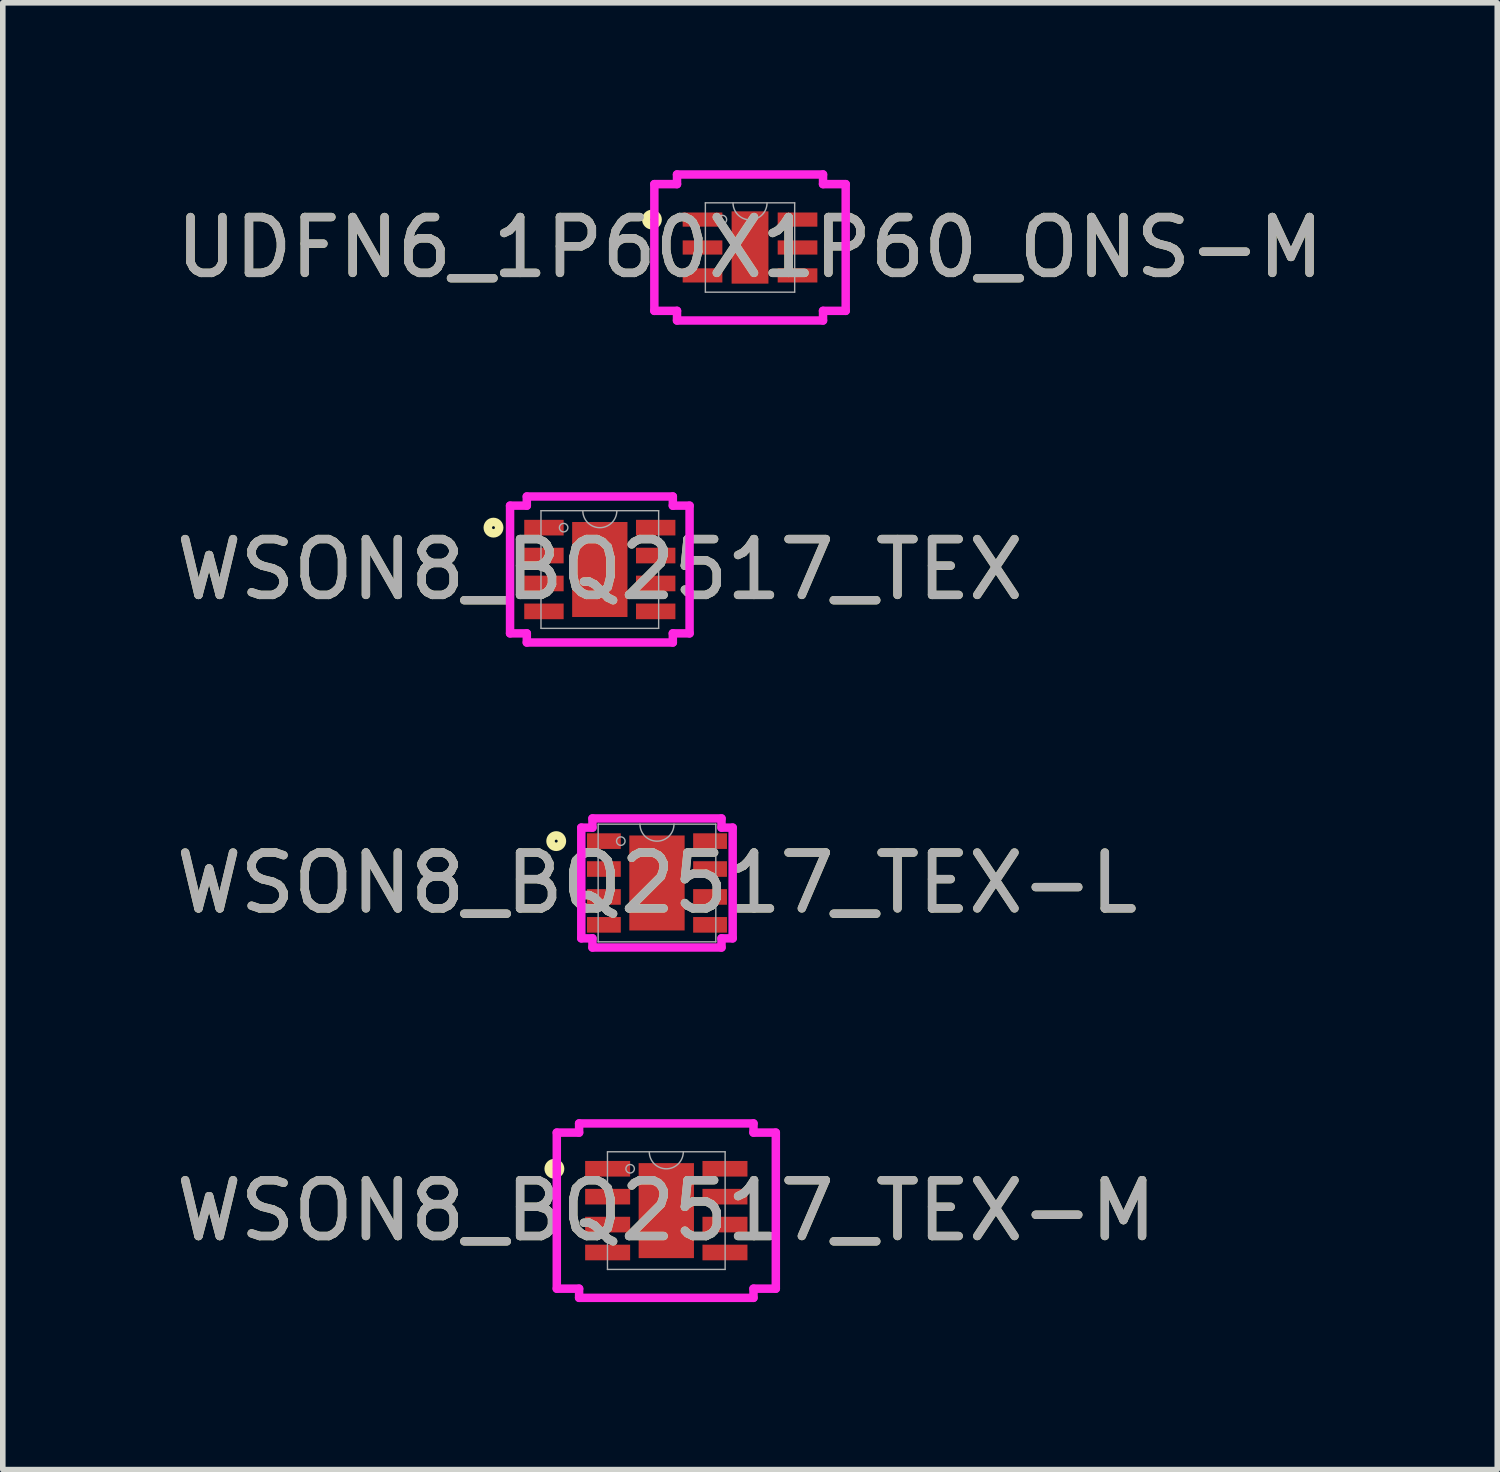
<source format=kicad_pcb>
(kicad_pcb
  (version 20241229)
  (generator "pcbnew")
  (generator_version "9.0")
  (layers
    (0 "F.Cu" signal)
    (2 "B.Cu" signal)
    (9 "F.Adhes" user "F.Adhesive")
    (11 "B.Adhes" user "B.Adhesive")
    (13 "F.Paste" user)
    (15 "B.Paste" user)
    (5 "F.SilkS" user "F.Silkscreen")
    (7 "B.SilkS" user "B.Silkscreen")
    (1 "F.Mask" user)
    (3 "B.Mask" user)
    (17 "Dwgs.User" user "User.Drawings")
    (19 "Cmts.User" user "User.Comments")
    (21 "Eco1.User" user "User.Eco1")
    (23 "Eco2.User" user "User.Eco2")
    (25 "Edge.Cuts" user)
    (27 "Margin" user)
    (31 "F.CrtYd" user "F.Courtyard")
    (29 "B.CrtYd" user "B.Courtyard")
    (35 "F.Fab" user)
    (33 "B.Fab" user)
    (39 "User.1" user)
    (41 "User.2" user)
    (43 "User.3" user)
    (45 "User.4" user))
  (footprint "UDFN6_1P60X1P60_ONS-M"
    (layer "F.Cu")
    (at 10.387 1.384)
    (property "Reference" "UDFN6_1P60X1P60_ONS-M" (at 0 0 0) (unlocked yes) (layer "F.SilkS") (effects (font (size 1 1) (thickness 0.15))))
    (attr smd)
    (fp_circle (center -1.757 -0.5) (end -1.656 -0.5) (stroke (width 0.152) (type solid)) (fill no) (layer "F.SilkS"))
    (fp_line (start -1.714 -1.135) (end -1.308 -1.135) (stroke (width 0.152) (type solid)) (layer "F.CrtYd"))
    (fp_line (start -1.714 1.135) (end -1.714 -1.135) (stroke (width 0.152) (type solid)) (layer "F.CrtYd"))
    (fp_line (start -1.714 1.135) (end -1.308 1.135) (stroke (width 0.152) (type solid)) (layer "F.CrtYd"))
    (fp_line (start -1.308 -1.308) (end 1.308 -1.308) (stroke (width 0.152) (type solid)) (layer "F.CrtYd"))
    (fp_line (start -1.308 -1.135) (end -1.308 -1.308) (stroke (width 0.152) (type solid)) (layer "F.CrtYd"))
    (fp_line (start -1.308 1.308) (end -1.308 1.135) (stroke (width 0.152) (type solid)) (layer "F.CrtYd"))
    (fp_line (start 1.308 -1.308) (end 1.308 -1.135) (stroke (width 0.152) (type solid)) (layer "F.CrtYd"))
    (fp_line (start 1.308 1.135) (end 1.308 1.308) (stroke (width 0.152) (type solid)) (layer "F.CrtYd"))
    (fp_line (start 1.308 1.308) (end -1.308 1.308) (stroke (width 0.152) (type solid)) (layer "F.CrtYd"))
    (fp_line (start 1.714 -1.135) (end 1.308 -1.135) (stroke (width 0.152) (type solid)) (layer "F.CrtYd"))
    (fp_line (start 1.714 -1.135) (end 1.714 1.135) (stroke (width 0.152) (type solid)) (layer "F.CrtYd"))
    (fp_line (start 1.714 1.135) (end 1.308 1.135) (stroke (width 0.152) (type solid)) (layer "F.CrtYd"))
    (fp_line (start -0.8 -0.8) (end -0.8 0.8) (stroke (width 0.025) (type solid)) (layer "F.Fab"))
    (fp_line (start -0.8 0.8) (end 0.8 0.8) (stroke (width 0.025) (type solid)) (layer "F.Fab"))
    (fp_line (start 0.8 -0.8) (end -0.8 -0.8) (stroke (width 0.025) (type solid)) (layer "F.Fab"))
    (fp_line (start 0.8 0.8) (end 0.8 -0.8) (stroke (width 0.025) (type solid)) (layer "F.Fab"))
    (fp_arc (start 0.3048 -0.8001) (mid 0 -0.4953) (end -0.3048 -0.8001) (stroke (width 0.0254) (type solid)) (layer "F.Fab"))
    (fp_circle (center -0.495 -0.5) (end -0.419 -0.5) (stroke (width 0.025) (type solid)) (fill no) (layer "F.Fab"))
    (fp_text user "${REFERENCE}" (at 0 0 0) (unlocked yes) (layer "F.Fab") (effects (font (size 1 1) (thickness 0.15))))
    (pad "1" smd rect (at -0.851 -0.5) (size 0.711 0.254) (layers "F.Cu" "F.Mask" "F.Paste"))
    (pad "2" smd rect (at -0.851 0) (size 0.711 0.254) (layers "F.Cu" "F.Mask" "F.Paste"))
    (pad "3" smd rect (at -0.851 0.5) (size 0.711 0.254) (layers "F.Cu" "F.Mask" "F.Paste"))
    (pad "4" smd rect (at 0.851 0.5) (size 0.711 0.254) (layers "F.Cu" "F.Mask" "F.Paste"))
    (pad "5" smd rect (at 0.851 0) (size 0.711 0.254) (layers "F.Cu" "F.Mask" "F.Paste"))
    (pad "6" smd rect (at 0.851 -0.5) (size 0.711 0.254) (layers "F.Cu" "F.Mask" "F.Paste"))
    (pad "7" smd rect (at 0 0) (size 0.66 1.295) (layers "F.Cu" "F.Mask" "F.Paste")))
  (footprint "WSON8_BQ2517_TEX-L"
    (layer "F.Cu")
    (at 8.72 12.769)
    (property "Reference" "WSON8_BQ2517_TEX-L" (at 0 0 0) (unlocked yes) (layer "F.SilkS") (effects (font (size 1 1) (thickness 0.15))))
    (attr smd)
    (fp_circle (center -1.805 -0.75) (end -1.703 -0.75) (stroke (width 0.152) (type solid)) (fill no) (layer "F.SilkS"))
    (fp_line (start -1.356 -0.992) (end -1.156 -0.992) (stroke (width 0.152) (type solid)) (layer "F.CrtYd"))
    (fp_line (start -1.356 0.992) (end -1.356 -0.992) (stroke (width 0.152) (type solid)) (layer "F.CrtYd"))
    (fp_line (start -1.356 0.992) (end -1.156 0.992) (stroke (width 0.152) (type solid)) (layer "F.CrtYd"))
    (fp_line (start -1.156 -1.156) (end 1.156 -1.156) (stroke (width 0.152) (type solid)) (layer "F.CrtYd"))
    (fp_line (start -1.156 -0.992) (end -1.156 -1.156) (stroke (width 0.152) (type solid)) (layer "F.CrtYd"))
    (fp_line (start -1.156 1.156) (end -1.156 0.992) (stroke (width 0.152) (type solid)) (layer "F.CrtYd"))
    (fp_line (start 1.156 -1.156) (end 1.156 -0.992) (stroke (width 0.152) (type solid)) (layer "F.CrtYd"))
    (fp_line (start 1.156 0.992) (end 1.156 1.156) (stroke (width 0.152) (type solid)) (layer "F.CrtYd"))
    (fp_line (start 1.156 1.156) (end -1.156 1.156) (stroke (width 0.152) (type solid)) (layer "F.CrtYd"))
    (fp_line (start 1.356 -0.992) (end 1.156 -0.992) (stroke (width 0.152) (type solid)) (layer "F.CrtYd"))
    (fp_line (start 1.356 -0.992) (end 1.356 0.992) (stroke (width 0.152) (type solid)) (layer "F.CrtYd"))
    (fp_line (start 1.356 0.992) (end 1.156 0.992) (stroke (width 0.152) (type solid)) (layer "F.CrtYd"))
    (fp_line (start -1.054 -1.054) (end -1.054 1.054) (stroke (width 0.025) (type solid)) (layer "F.Fab"))
    (fp_line (start -1.054 1.054) (end 1.054 1.054) (stroke (width 0.025) (type solid)) (layer "F.Fab"))
    (fp_line (start 1.054 -1.054) (end -1.054 -1.054) (stroke (width 0.025) (type solid)) (layer "F.Fab"))
    (fp_line (start 1.054 1.054) (end 1.054 -1.054) (stroke (width 0.025) (type solid)) (layer "F.Fab"))
    (fp_arc (start 0.3048 -1.0541) (mid 0 -0.7493) (end -0.3048 -1.0541) (stroke (width 0.0254) (type solid)) (layer "F.Fab"))
    (fp_circle (center -0.648 -0.75) (end -0.572 -0.75) (stroke (width 0.025) (type solid)) (fill no) (layer "F.Fab"))
    (fp_text user "${REFERENCE}" (at 0 0 0) (unlocked yes) (layer "F.Fab") (effects (font (size 1 1) (thickness 0.15))))
    (pad "1" smd rect (at -0.951 -0.75) (size 0.606 0.28) (layers "F.Cu" "F.Mask" "F.Paste"))
    (pad "2" smd rect (at -0.951 -0.25) (size 0.606 0.28) (layers "F.Cu" "F.Mask" "F.Paste"))
    (pad "3" smd rect (at -0.951 0.25) (size 0.606 0.28) (layers "F.Cu" "F.Mask" "F.Paste"))
    (pad "4" smd rect (at -0.951 0.75) (size 0.606 0.28) (layers "F.Cu" "F.Mask" "F.Paste"))
    (pad "5" smd rect (at 0.951 0.75) (size 0.606 0.28) (layers "F.Cu" "F.Mask" "F.Paste"))
    (pad "6" smd rect (at 0.951 0.25) (size 0.606 0.28) (layers "F.Cu" "F.Mask" "F.Paste"))
    (pad "7" smd rect (at 0.951 -0.25) (size 0.606 0.28) (layers "F.Cu" "F.Mask" "F.Paste"))
    (pad "8" smd rect (at 0.951 -0.75) (size 0.606 0.28) (layers "F.Cu" "F.Mask" "F.Paste"))
    (pad "9" smd rect (at 0 0) (size 0.991 1.702) (layers "F.Cu" "F.Mask" "F.Paste")))
  (footprint "WSON8_BQ2517_TEX"
    (layer "F.Cu")
    (at 7.696 7.153)
    (property "Reference" "WSON8_BQ2517_TEX" (at 0 0 0) (unlocked yes) (layer "F.SilkS") (effects (font (size 1 1) (thickness 0.15))))
    (attr smd)
    (fp_circle (center -1.905 -0.75) (end -1.803 -0.75) (stroke (width 0.152) (type solid)) (fill no) (layer "F.SilkS"))
    (fp_line (start -1.608 -1.144) (end -1.308 -1.144) (stroke (width 0.152) (type solid)) (layer "F.CrtYd"))
    (fp_line (start -1.608 1.144) (end -1.608 -1.144) (stroke (width 0.152) (type solid)) (layer "F.CrtYd"))
    (fp_line (start -1.608 1.144) (end -1.308 1.144) (stroke (width 0.152) (type solid)) (layer "F.CrtYd"))
    (fp_line (start -1.308 -1.308) (end 1.308 -1.308) (stroke (width 0.152) (type solid)) (layer "F.CrtYd"))
    (fp_line (start -1.308 -1.144) (end -1.308 -1.308) (stroke (width 0.152) (type solid)) (layer "F.CrtYd"))
    (fp_line (start -1.308 1.308) (end -1.308 1.144) (stroke (width 0.152) (type solid)) (layer "F.CrtYd"))
    (fp_line (start 1.308 -1.308) (end 1.308 -1.144) (stroke (width 0.152) (type solid)) (layer "F.CrtYd"))
    (fp_line (start 1.308 1.144) (end 1.308 1.308) (stroke (width 0.152) (type solid)) (layer "F.CrtYd"))
    (fp_line (start 1.308 1.308) (end -1.308 1.308) (stroke (width 0.152) (type solid)) (layer "F.CrtYd"))
    (fp_line (start 1.608 -1.144) (end 1.308 -1.144) (stroke (width 0.152) (type solid)) (layer "F.CrtYd"))
    (fp_line (start 1.608 -1.144) (end 1.608 1.144) (stroke (width 0.152) (type solid)) (layer "F.CrtYd"))
    (fp_line (start 1.608 1.144) (end 1.308 1.144) (stroke (width 0.152) (type solid)) (layer "F.CrtYd"))
    (fp_line (start -1.054 -1.054) (end -1.054 1.054) (stroke (width 0.025) (type solid)) (layer "F.Fab"))
    (fp_line (start -1.054 1.054) (end 1.054 1.054) (stroke (width 0.025) (type solid)) (layer "F.Fab"))
    (fp_line (start 1.054 -1.054) (end -1.054 -1.054) (stroke (width 0.025) (type solid)) (layer "F.Fab"))
    (fp_line (start 1.054 1.054) (end 1.054 -1.054) (stroke (width 0.025) (type solid)) (layer "F.Fab"))
    (fp_arc (start 0.3048 -1.0541) (mid 0 -0.7493) (end -0.3048 -1.0541) (stroke (width 0.0254) (type solid)) (layer "F.Fab"))
    (fp_circle (center -0.648 -0.75) (end -0.572 -0.75) (stroke (width 0.025) (type solid)) (fill no) (layer "F.Fab"))
    (fp_text user "${REFERENCE}" (at 0 0 0) (unlocked yes) (layer "F.Fab") (effects (font (size 1 1) (thickness 0.15))))
    (pad "1" smd rect (at -1.001 -0.75) (size 0.706 0.28) (layers "F.Cu" "F.Mask" "F.Paste"))
    (pad "2" smd rect (at -1.001 -0.25) (size 0.706 0.28) (layers "F.Cu" "F.Mask" "F.Paste"))
    (pad "3" smd rect (at -1.001 0.25) (size 0.706 0.28) (layers "F.Cu" "F.Mask" "F.Paste"))
    (pad "4" smd rect (at -1.001 0.75) (size 0.706 0.28) (layers "F.Cu" "F.Mask" "F.Paste"))
    (pad "5" smd rect (at 1.001 0.75) (size 0.706 0.28) (layers "F.Cu" "F.Mask" "F.Paste"))
    (pad "6" smd rect (at 1.001 0.25) (size 0.706 0.28) (layers "F.Cu" "F.Mask" "F.Paste"))
    (pad "7" smd rect (at 1.001 -0.25) (size 0.706 0.28) (layers "F.Cu" "F.Mask" "F.Paste"))
    (pad "8" smd rect (at 1.001 -0.75) (size 0.706 0.28) (layers "F.Cu" "F.Mask" "F.Paste"))
    (pad "9" smd rect (at 0 0) (size 0.991 1.702) (layers "F.Cu" "F.Mask" "F.Paste")))
  (footprint "WSON8_BQ2517_TEX-M"
    (layer "F.Cu")
    (at 8.887 18.639)
    (property "Reference" "WSON8_BQ2517_TEX-M" (at 0 0 0) (unlocked yes) (layer "F.SilkS") (effects (font (size 1 1) (thickness 0.15))))
    (attr smd)
    (fp_circle (center -2.005 -0.75) (end -1.903 -0.75) (stroke (width 0.152) (type solid)) (fill no) (layer "F.SilkS"))
    (fp_line (start -1.962 -1.398) (end -1.562 -1.398) (stroke (width 0.152) (type solid)) (layer "F.CrtYd"))
    (fp_line (start -1.962 1.398) (end -1.962 -1.398) (stroke (width 0.152) (type solid)) (layer "F.CrtYd"))
    (fp_line (start -1.962 1.398) (end -1.562 1.398) (stroke (width 0.152) (type solid)) (layer "F.CrtYd"))
    (fp_line (start -1.562 -1.562) (end 1.562 -1.562) (stroke (width 0.152) (type solid)) (layer "F.CrtYd"))
    (fp_line (start -1.562 -1.398) (end -1.562 -1.562) (stroke (width 0.152) (type solid)) (layer "F.CrtYd"))
    (fp_line (start -1.562 1.562) (end -1.562 1.398) (stroke (width 0.152) (type solid)) (layer "F.CrtYd"))
    (fp_line (start 1.562 -1.562) (end 1.562 -1.398) (stroke (width 0.152) (type solid)) (layer "F.CrtYd"))
    (fp_line (start 1.562 1.398) (end 1.562 1.562) (stroke (width 0.152) (type solid)) (layer "F.CrtYd"))
    (fp_line (start 1.562 1.562) (end -1.562 1.562) (stroke (width 0.152) (type solid)) (layer "F.CrtYd"))
    (fp_line (start 1.962 -1.398) (end 1.562 -1.398) (stroke (width 0.152) (type solid)) (layer "F.CrtYd"))
    (fp_line (start 1.962 -1.398) (end 1.962 1.398) (stroke (width 0.152) (type solid)) (layer "F.CrtYd"))
    (fp_line (start 1.962 1.398) (end 1.562 1.398) (stroke (width 0.152) (type solid)) (layer "F.CrtYd"))
    (fp_line (start -1.054 -1.054) (end -1.054 1.054) (stroke (width 0.025) (type solid)) (layer "F.Fab"))
    (fp_line (start -1.054 1.054) (end 1.054 1.054) (stroke (width 0.025) (type solid)) (layer "F.Fab"))
    (fp_line (start 1.054 -1.054) (end -1.054 -1.054) (stroke (width 0.025) (type solid)) (layer "F.Fab"))
    (fp_line (start 1.054 1.054) (end 1.054 -1.054) (stroke (width 0.025) (type solid)) (layer "F.Fab"))
    (fp_arc (start 0.3048 -1.0541) (mid 0 -0.7493) (end -0.3048 -1.0541) (stroke (width 0.0254) (type solid)) (layer "F.Fab"))
    (fp_circle (center -0.648 -0.75) (end -0.572 -0.75) (stroke (width 0.025) (type solid)) (fill no) (layer "F.Fab"))
    (fp_text user "${REFERENCE}" (at 0 0 0) (unlocked yes) (layer "F.Fab") (effects (font (size 1 1) (thickness 0.15))))
    (pad "1" smd rect (at -1.051 -0.75) (size 0.806 0.28) (layers "F.Cu" "F.Mask" "F.Paste"))
    (pad "2" smd rect (at -1.051 -0.25) (size 0.806 0.28) (layers "F.Cu" "F.Mask" "F.Paste"))
    (pad "3" smd rect (at -1.051 0.25) (size 0.806 0.28) (layers "F.Cu" "F.Mask" "F.Paste"))
    (pad "4" smd rect (at -1.051 0.75) (size 0.806 0.28) (layers "F.Cu" "F.Mask" "F.Paste"))
    (pad "5" smd rect (at 1.051 0.75) (size 0.806 0.28) (layers "F.Cu" "F.Mask" "F.Paste"))
    (pad "6" smd rect (at 1.051 0.25) (size 0.806 0.28) (layers "F.Cu" "F.Mask" "F.Paste"))
    (pad "7" smd rect (at 1.051 -0.25) (size 0.806 0.28) (layers "F.Cu" "F.Mask" "F.Paste"))
    (pad "8" smd rect (at 1.051 -0.75) (size 0.806 0.28) (layers "F.Cu" "F.Mask" "F.Paste"))
    (pad "9" smd rect (at 0 0) (size 0.991 1.702) (layers "F.Cu" "F.Mask" "F.Paste")))
  (gr_rect
    (start -3 -3)
    (end 23.774 23.278)
    (stroke (width 0.1) (type default))
    (fill no)
    (layer "Edge.Cuts")))
</source>
